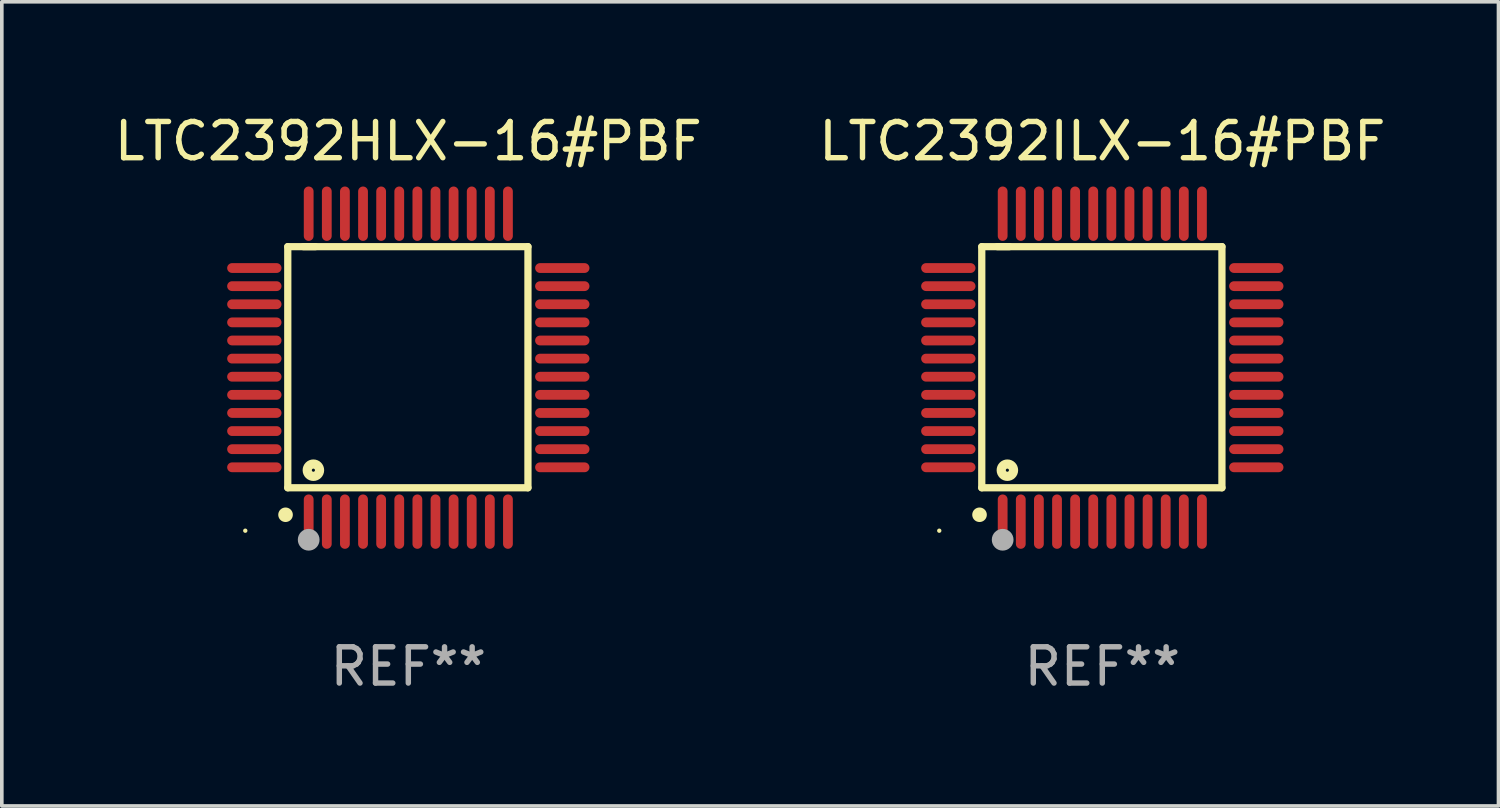
<source format=kicad_pcb>
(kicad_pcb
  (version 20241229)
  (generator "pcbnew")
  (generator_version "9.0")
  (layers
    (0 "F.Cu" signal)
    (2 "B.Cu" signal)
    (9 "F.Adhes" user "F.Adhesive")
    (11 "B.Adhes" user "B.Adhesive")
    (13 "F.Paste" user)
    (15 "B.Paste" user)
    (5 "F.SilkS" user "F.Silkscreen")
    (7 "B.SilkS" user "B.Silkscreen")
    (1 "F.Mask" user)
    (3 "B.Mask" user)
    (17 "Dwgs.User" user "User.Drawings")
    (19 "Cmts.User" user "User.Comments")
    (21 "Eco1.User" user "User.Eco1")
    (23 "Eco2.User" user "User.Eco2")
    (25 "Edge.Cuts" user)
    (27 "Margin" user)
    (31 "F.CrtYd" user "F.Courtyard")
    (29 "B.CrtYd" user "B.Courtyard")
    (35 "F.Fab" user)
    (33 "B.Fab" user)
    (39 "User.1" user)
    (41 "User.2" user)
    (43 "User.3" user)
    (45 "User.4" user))
  (footprint "LTC2392HLX-16#PBF"
    (layer "F.Cu")
    (at 8.22 7.098)
    (property "Reference" "LTC2392HLX-16#PBF" (at 0 -6.25 0) (layer "F.SilkS") (effects (font (size 1 1) (thickness 0.15))))
    (attr through_hole)
    (fp_line (start -3.327 -3.34) (end -2.565 -3.34) (stroke (width 0.2) (type solid)) (layer "F.SilkS"))
    (fp_line (start -3.327 3.315) (end -3.327 -3.34) (stroke (width 0.2) (type solid)) (layer "F.SilkS"))
    (fp_line (start -2.896 -3.34) (end 3.302 -3.34) (stroke (width 0.2) (type solid)) (layer "F.SilkS"))
    (fp_line (start 3.302 -3.34) (end 3.302 3.315) (stroke (width 0.2) (type solid)) (layer "F.SilkS"))
    (fp_line (start 3.302 3.315) (end -3.327 3.315) (stroke (width 0.2) (type solid)) (layer "F.SilkS"))
    (fp_arc (start -3.389992 4.059995) (mid -3.388722 4.059991) (end -3.387452 4.059995) (stroke (width 0.4) (type solid)) (layer "F.SilkS"))
    (fp_circle (center -4.5 4.5) (end -4.47 4.5) (stroke (width 0.06) (type solid)) (fill no) (layer "F.SilkS"))
    (fp_circle (center -2.62 2.83) (end -2.45 2.83) (stroke (width 0.254) (type solid)) (fill no) (layer "F.SilkS"))
    (fp_circle (center -2.75 4.75) (end -2.6 4.75) (stroke (width 0.3) (type solid)) (fill no) (layer "F.Fab"))
    (fp_text user "REF**" (at 0 8.25 0) (layer "F.Fab") (effects (font (size 1 1) (thickness 0.15))))
    (pad "1" smd oval (at -2.75 4.25) (size 0.27 1.5) (layers "F.Cu" "F.Mask" "F.Paste"))
    (pad "2" smd oval (at -2.25 4.25) (size 0.27 1.5) (layers "F.Cu" "F.Mask" "F.Paste"))
    (pad "3" smd oval (at -1.75 4.25) (size 0.27 1.5) (layers "F.Cu" "F.Mask" "F.Paste"))
    (pad "4" smd oval (at -1.25 4.25) (size 0.27 1.5) (layers "F.Cu" "F.Mask" "F.Paste"))
    (pad "5" smd oval (at -0.75 4.25) (size 0.27 1.5) (layers "F.Cu" "F.Mask" "F.Paste"))
    (pad "6" smd oval (at -0.25 4.25) (size 0.27 1.5) (layers "F.Cu" "F.Mask" "F.Paste"))
    (pad "7" smd oval (at 0.25 4.25) (size 0.27 1.5) (layers "F.Cu" "F.Mask" "F.Paste"))
    (pad "8" smd oval (at 0.75 4.25) (size 0.27 1.5) (layers "F.Cu" "F.Mask" "F.Paste"))
    (pad "9" smd oval (at 1.25 4.25) (size 0.27 1.5) (layers "F.Cu" "F.Mask" "F.Paste"))
    (pad "10" smd oval (at 1.75 4.25) (size 0.27 1.5) (layers "F.Cu" "F.Mask" "F.Paste"))
    (pad "11" smd oval (at 2.25 4.25) (size 0.27 1.5) (layers "F.Cu" "F.Mask" "F.Paste"))
    (pad "12" smd oval (at 2.75 4.25) (size 0.27 1.5) (layers "F.Cu" "F.Mask" "F.Paste"))
    (pad "13" smd oval (at 4.25 2.75) (size 1.5 0.27) (layers "F.Cu" "F.Mask" "F.Paste"))
    (pad "14" smd oval (at 4.25 2.25) (size 1.5 0.27) (layers "F.Cu" "F.Mask" "F.Paste"))
    (pad "15" smd oval (at 4.25 1.75) (size 1.5 0.27) (layers "F.Cu" "F.Mask" "F.Paste"))
    (pad "16" smd oval (at 4.25 1.25) (size 1.5 0.27) (layers "F.Cu" "F.Mask" "F.Paste"))
    (pad "17" smd oval (at 4.25 0.75) (size 1.5 0.27) (layers "F.Cu" "F.Mask" "F.Paste"))
    (pad "18" smd oval (at 4.25 0.25) (size 1.5 0.27) (layers "F.Cu" "F.Mask" "F.Paste"))
    (pad "19" smd oval (at 4.25 -0.25) (size 1.5 0.27) (layers "F.Cu" "F.Mask" "F.Paste"))
    (pad "20" smd oval (at 4.25 -0.75) (size 1.5 0.27) (layers "F.Cu" "F.Mask" "F.Paste"))
    (pad "21" smd oval (at 4.25 -1.25) (size 1.5 0.27) (layers "F.Cu" "F.Mask" "F.Paste"))
    (pad "22" smd oval (at 4.25 -1.75) (size 1.5 0.27) (layers "F.Cu" "F.Mask" "F.Paste"))
    (pad "23" smd oval (at 4.25 -2.25) (size 1.5 0.27) (layers "F.Cu" "F.Mask" "F.Paste"))
    (pad "24" smd oval (at 4.25 -2.75) (size 1.5 0.27) (layers "F.Cu" "F.Mask" "F.Paste"))
    (pad "25" smd oval (at 2.75 -4.25) (size 0.27 1.5) (layers "F.Cu" "F.Mask" "F.Paste"))
    (pad "26" smd oval (at 2.25 -4.25) (size 0.27 1.5) (layers "F.Cu" "F.Mask" "F.Paste"))
    (pad "27" smd oval (at 1.75 -4.25) (size 0.27 1.5) (layers "F.Cu" "F.Mask" "F.Paste"))
    (pad "28" smd oval (at 1.25 -4.25) (size 0.27 1.5) (layers "F.Cu" "F.Mask" "F.Paste"))
    (pad "29" smd oval (at 0.75 -4.25) (size 0.27 1.5) (layers "F.Cu" "F.Mask" "F.Paste"))
    (pad "30" smd oval (at 0.25 -4.25) (size 0.27 1.5) (layers "F.Cu" "F.Mask" "F.Paste"))
    (pad "31" smd oval (at -0.25 -4.25) (size 0.27 1.5) (layers "F.Cu" "F.Mask" "F.Paste"))
    (pad "32" smd oval (at -0.75 -4.25) (size 0.27 1.5) (layers "F.Cu" "F.Mask" "F.Paste"))
    (pad "33" smd oval (at -1.25 -4.25) (size 0.27 1.5) (layers "F.Cu" "F.Mask" "F.Paste"))
    (pad "34" smd oval (at -1.75 -4.25) (size 0.27 1.5) (layers "F.Cu" "F.Mask" "F.Paste"))
    (pad "35" smd oval (at -2.25 -4.25) (size 0.27 1.5) (layers "F.Cu" "F.Mask" "F.Paste"))
    (pad "36" smd oval (at -2.75 -4.25) (size 0.27 1.5) (layers "F.Cu" "F.Mask" "F.Paste"))
    (pad "37" smd oval (at -4.25 -2.75) (size 1.5 0.27) (layers "F.Cu" "F.Mask" "F.Paste"))
    (pad "38" smd oval (at -4.25 -2.25) (size 1.5 0.27) (layers "F.Cu" "F.Mask" "F.Paste"))
    (pad "39" smd oval (at -4.25 -1.75) (size 1.5 0.27) (layers "F.Cu" "F.Mask" "F.Paste"))
    (pad "40" smd oval (at -4.25 -1.25) (size 1.5 0.27) (layers "F.Cu" "F.Mask" "F.Paste"))
    (pad "41" smd oval (at -4.25 -0.75) (size 1.5 0.27) (layers "F.Cu" "F.Mask" "F.Paste"))
    (pad "42" smd oval (at -4.25 -0.25) (size 1.5 0.27) (layers "F.Cu" "F.Mask" "F.Paste"))
    (pad "43" smd oval (at -4.25 0.25) (size 1.5 0.27) (layers "F.Cu" "F.Mask" "F.Paste"))
    (pad "44" smd oval (at -4.25 0.75) (size 1.5 0.27) (layers "F.Cu" "F.Mask" "F.Paste"))
    (pad "45" smd oval (at -4.25 1.25) (size 1.5 0.27) (layers "F.Cu" "F.Mask" "F.Paste"))
    (pad "46" smd oval (at -4.25 1.75) (size 1.5 0.27) (layers "F.Cu" "F.Mask" "F.Paste"))
    (pad "47" smd oval (at -4.25 2.25) (size 1.5 0.27) (layers "F.Cu" "F.Mask" "F.Paste"))
    (pad "48" smd oval (at -4.25 2.75) (size 1.5 0.27) (layers "F.Cu" "F.Mask" "F.Paste")))
  (footprint "LTC2392ILX-16#PBF"
    (layer "F.Cu")
    (at 27.375 7.098)
    (property "Reference" "LTC2392ILX-16#PBF" (at 0 -6.25 0) (layer "F.SilkS") (effects (font (size 1 1) (thickness 0.15))))
    (attr through_hole)
    (fp_line (start -3.327 -3.34) (end -2.565 -3.34) (stroke (width 0.2) (type solid)) (layer "F.SilkS"))
    (fp_line (start -3.327 3.315) (end -3.327 -3.34) (stroke (width 0.2) (type solid)) (layer "F.SilkS"))
    (fp_line (start -2.896 -3.34) (end 3.302 -3.34) (stroke (width 0.2) (type solid)) (layer "F.SilkS"))
    (fp_line (start 3.302 -3.34) (end 3.302 3.315) (stroke (width 0.2) (type solid)) (layer "F.SilkS"))
    (fp_line (start 3.302 3.315) (end -3.327 3.315) (stroke (width 0.2) (type solid)) (layer "F.SilkS"))
    (fp_arc (start -3.389992 4.059995) (mid -3.388722 4.059991) (end -3.387452 4.059995) (stroke (width 0.4) (type solid)) (layer "F.SilkS"))
    (fp_circle (center -4.5 4.5) (end -4.47 4.5) (stroke (width 0.06) (type solid)) (fill no) (layer "F.SilkS"))
    (fp_circle (center -2.62 2.83) (end -2.45 2.83) (stroke (width 0.254) (type solid)) (fill no) (layer "F.SilkS"))
    (fp_circle (center -2.75 4.75) (end -2.6 4.75) (stroke (width 0.3) (type solid)) (fill no) (layer "F.Fab"))
    (fp_text user "REF**" (at 0 8.25 0) (layer "F.Fab") (effects (font (size 1 1) (thickness 0.15))))
    (pad "1" smd oval (at -2.75 4.25) (size 0.27 1.5) (layers "F.Cu" "F.Mask" "F.Paste"))
    (pad "2" smd oval (at -2.25 4.25) (size 0.27 1.5) (layers "F.Cu" "F.Mask" "F.Paste"))
    (pad "3" smd oval (at -1.75 4.25) (size 0.27 1.5) (layers "F.Cu" "F.Mask" "F.Paste"))
    (pad "4" smd oval (at -1.25 4.25) (size 0.27 1.5) (layers "F.Cu" "F.Mask" "F.Paste"))
    (pad "5" smd oval (at -0.75 4.25) (size 0.27 1.5) (layers "F.Cu" "F.Mask" "F.Paste"))
    (pad "6" smd oval (at -0.25 4.25) (size 0.27 1.5) (layers "F.Cu" "F.Mask" "F.Paste"))
    (pad "7" smd oval (at 0.25 4.25) (size 0.27 1.5) (layers "F.Cu" "F.Mask" "F.Paste"))
    (pad "8" smd oval (at 0.75 4.25) (size 0.27 1.5) (layers "F.Cu" "F.Mask" "F.Paste"))
    (pad "9" smd oval (at 1.25 4.25) (size 0.27 1.5) (layers "F.Cu" "F.Mask" "F.Paste"))
    (pad "10" smd oval (at 1.75 4.25) (size 0.27 1.5) (layers "F.Cu" "F.Mask" "F.Paste"))
    (pad "11" smd oval (at 2.25 4.25) (size 0.27 1.5) (layers "F.Cu" "F.Mask" "F.Paste"))
    (pad "12" smd oval (at 2.75 4.25) (size 0.27 1.5) (layers "F.Cu" "F.Mask" "F.Paste"))
    (pad "13" smd oval (at 4.25 2.75) (size 1.5 0.27) (layers "F.Cu" "F.Mask" "F.Paste"))
    (pad "14" smd oval (at 4.25 2.25) (size 1.5 0.27) (layers "F.Cu" "F.Mask" "F.Paste"))
    (pad "15" smd oval (at 4.25 1.75) (size 1.5 0.27) (layers "F.Cu" "F.Mask" "F.Paste"))
    (pad "16" smd oval (at 4.25 1.25) (size 1.5 0.27) (layers "F.Cu" "F.Mask" "F.Paste"))
    (pad "17" smd oval (at 4.25 0.75) (size 1.5 0.27) (layers "F.Cu" "F.Mask" "F.Paste"))
    (pad "18" smd oval (at 4.25 0.25) (size 1.5 0.27) (layers "F.Cu" "F.Mask" "F.Paste"))
    (pad "19" smd oval (at 4.25 -0.25) (size 1.5 0.27) (layers "F.Cu" "F.Mask" "F.Paste"))
    (pad "20" smd oval (at 4.25 -0.75) (size 1.5 0.27) (layers "F.Cu" "F.Mask" "F.Paste"))
    (pad "21" smd oval (at 4.25 -1.25) (size 1.5 0.27) (layers "F.Cu" "F.Mask" "F.Paste"))
    (pad "22" smd oval (at 4.25 -1.75) (size 1.5 0.27) (layers "F.Cu" "F.Mask" "F.Paste"))
    (pad "23" smd oval (at 4.25 -2.25) (size 1.5 0.27) (layers "F.Cu" "F.Mask" "F.Paste"))
    (pad "24" smd oval (at 4.25 -2.75) (size 1.5 0.27) (layers "F.Cu" "F.Mask" "F.Paste"))
    (pad "25" smd oval (at 2.75 -4.25) (size 0.27 1.5) (layers "F.Cu" "F.Mask" "F.Paste"))
    (pad "26" smd oval (at 2.25 -4.25) (size 0.27 1.5) (layers "F.Cu" "F.Mask" "F.Paste"))
    (pad "27" smd oval (at 1.75 -4.25) (size 0.27 1.5) (layers "F.Cu" "F.Mask" "F.Paste"))
    (pad "28" smd oval (at 1.25 -4.25) (size 0.27 1.5) (layers "F.Cu" "F.Mask" "F.Paste"))
    (pad "29" smd oval (at 0.75 -4.25) (size 0.27 1.5) (layers "F.Cu" "F.Mask" "F.Paste"))
    (pad "30" smd oval (at 0.25 -4.25) (size 0.27 1.5) (layers "F.Cu" "F.Mask" "F.Paste"))
    (pad "31" smd oval (at -0.25 -4.25) (size 0.27 1.5) (layers "F.Cu" "F.Mask" "F.Paste"))
    (pad "32" smd oval (at -0.75 -4.25) (size 0.27 1.5) (layers "F.Cu" "F.Mask" "F.Paste"))
    (pad "33" smd oval (at -1.25 -4.25) (size 0.27 1.5) (layers "F.Cu" "F.Mask" "F.Paste"))
    (pad "34" smd oval (at -1.75 -4.25) (size 0.27 1.5) (layers "F.Cu" "F.Mask" "F.Paste"))
    (pad "35" smd oval (at -2.25 -4.25) (size 0.27 1.5) (layers "F.Cu" "F.Mask" "F.Paste"))
    (pad "36" smd oval (at -2.75 -4.25) (size 0.27 1.5) (layers "F.Cu" "F.Mask" "F.Paste"))
    (pad "37" smd oval (at -4.25 -2.75) (size 1.5 0.27) (layers "F.Cu" "F.Mask" "F.Paste"))
    (pad "38" smd oval (at -4.25 -2.25) (size 1.5 0.27) (layers "F.Cu" "F.Mask" "F.Paste"))
    (pad "39" smd oval (at -4.25 -1.75) (size 1.5 0.27) (layers "F.Cu" "F.Mask" "F.Paste"))
    (pad "40" smd oval (at -4.25 -1.25) (size 1.5 0.27) (layers "F.Cu" "F.Mask" "F.Paste"))
    (pad "41" smd oval (at -4.25 -0.75) (size 1.5 0.27) (layers "F.Cu" "F.Mask" "F.Paste"))
    (pad "42" smd oval (at -4.25 -0.25) (size 1.5 0.27) (layers "F.Cu" "F.Mask" "F.Paste"))
    (pad "43" smd oval (at -4.25 0.25) (size 1.5 0.27) (layers "F.Cu" "F.Mask" "F.Paste"))
    (pad "44" smd oval (at -4.25 0.75) (size 1.5 0.27) (layers "F.Cu" "F.Mask" "F.Paste"))
    (pad "45" smd oval (at -4.25 1.25) (size 1.5 0.27) (layers "F.Cu" "F.Mask" "F.Paste"))
    (pad "46" smd oval (at -4.25 1.75) (size 1.5 0.27) (layers "F.Cu" "F.Mask" "F.Paste"))
    (pad "47" smd oval (at -4.25 2.25) (size 1.5 0.27) (layers "F.Cu" "F.Mask" "F.Paste"))
    (pad "48" smd oval (at -4.25 2.75) (size 1.5 0.27) (layers "F.Cu" "F.Mask" "F.Paste")))
  (gr_rect
    (start -3 -3)
    (end 38.31 19.196)
    (stroke (width 0.1) (type default))
    (fill no)
    (layer "Edge.Cuts")))
</source>
